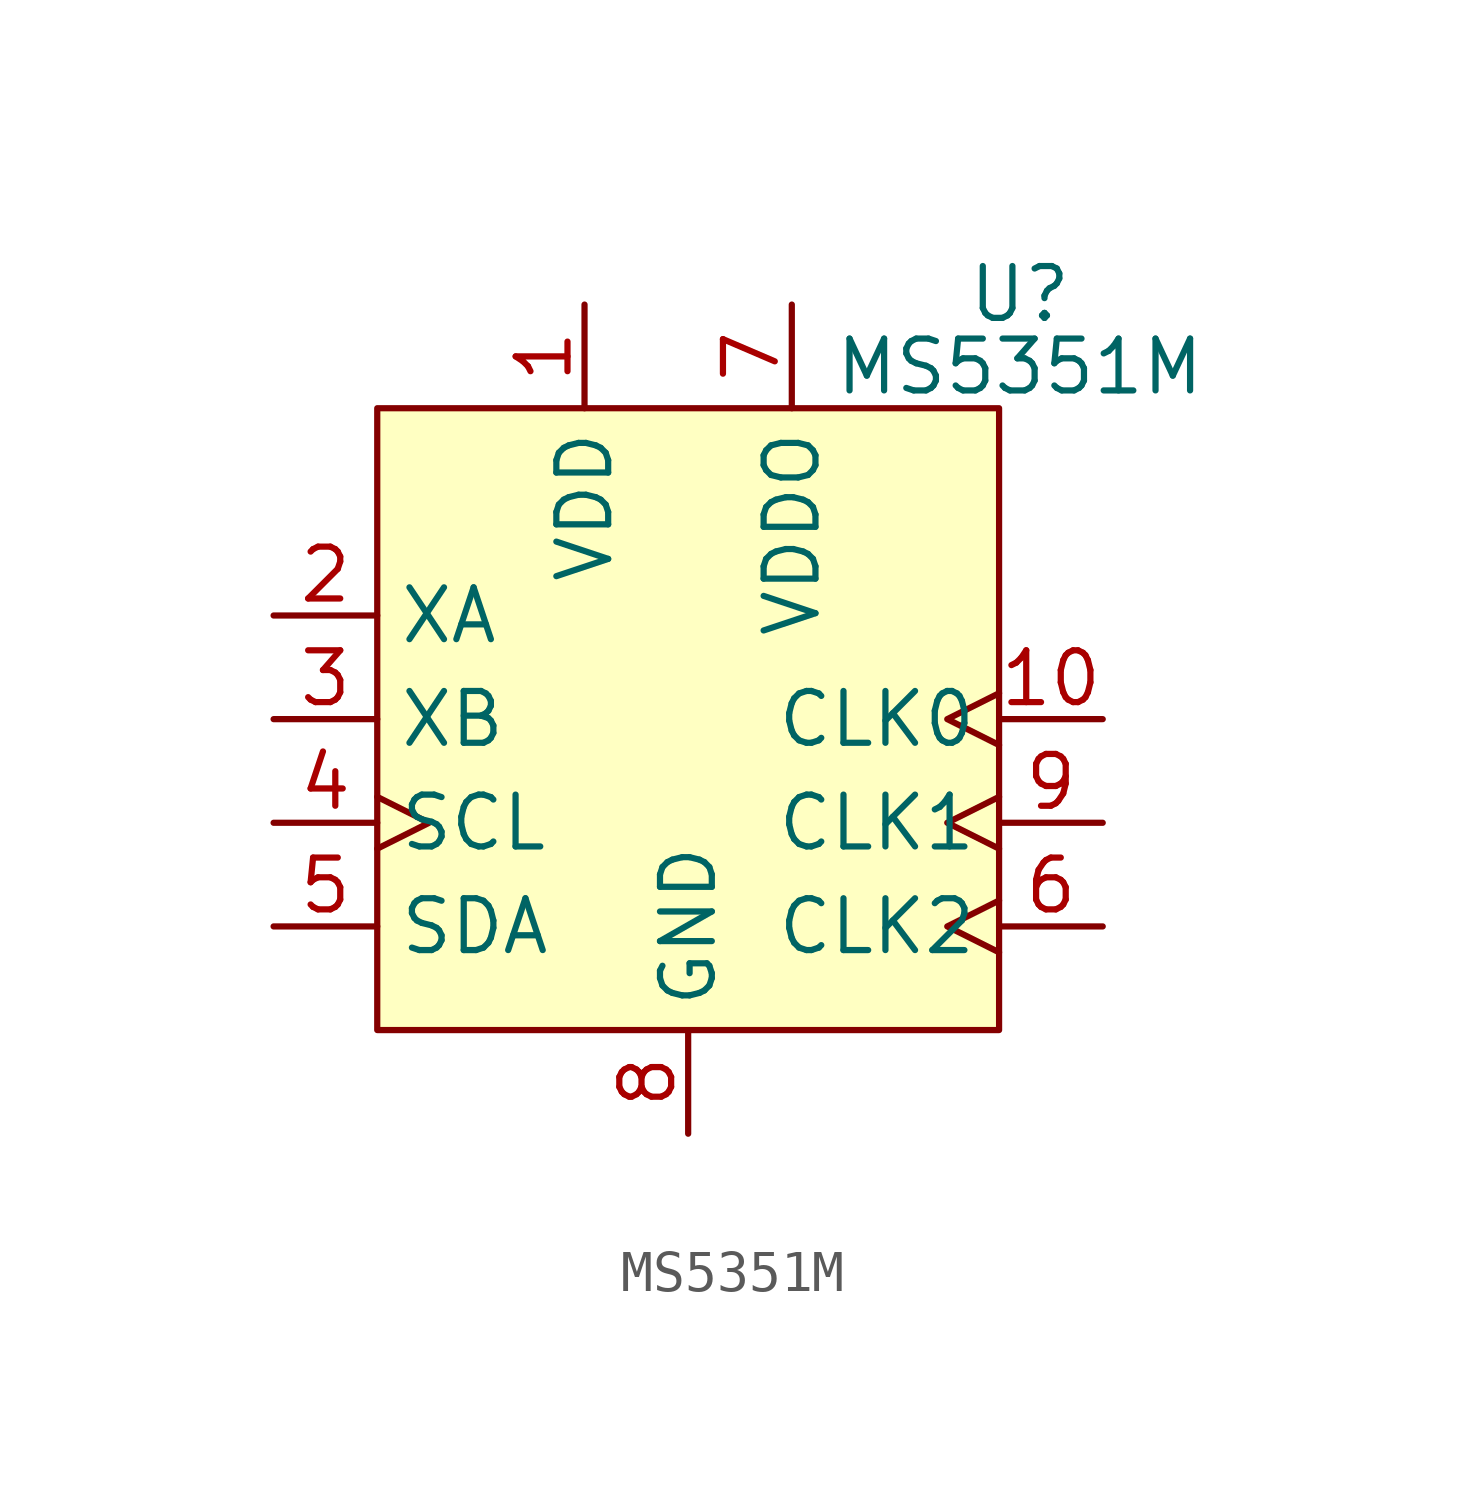
<source format=kicad_sym>
(kicad_symbol_lib
  (version 20231120)
  (generator "kicad_symbol_editor")
  (generator_version "8.0")
  (symbol "MS5351M"
    (property "Reference" "U"
      (at 8.128 10.414 0)
      (effects (font (size 1.27 1.27))))
    (property "Value" "MS5351M"
      (at 8.128 8.636 0)
      (effects (font (size 1.27 1.27))))
    (symbol "MS5351M_1_1"
      (rectangle (start -7.62 7.62) (end 7.62 -7.62) (stroke (width 0) (type default)) (fill (type background)))
      (pin passive line (at -2.54 10.16 270) (length 2.54) (name "VDD" (effects (font (size 1.27 1.27)))) (number "1" (effects (font (size 1.27 1.27)))))
      (pin output clock (at 10.16 0 180) (length 2.54) (name "CLK0" (effects (font (size 1.27 1.27)))) (number "10" (effects (font (size 1.27 1.27)))))
      (pin input line (at -10.16 2.54 0) (length 2.54) (name "XA" (effects (font (size 1.27 1.27)))) (number "2" (effects (font (size 1.27 1.27)))))
      (pin input line (at -10.16 0 0) (length 2.54) (name "XB" (effects (font (size 1.27 1.27)))) (number "3" (effects (font (size 1.27 1.27)))))
      (pin input clock (at -10.16 -2.54 0) (length 2.54) (name "SCL" (effects (font (size 1.27 1.27)))) (number "4" (effects (font (size 1.27 1.27)))))
      (pin input line (at -10.16 -5.08 0) (length 2.54) (name "SDA" (effects (font (size 1.27 1.27)))) (number "5" (effects (font (size 1.27 1.27)))))
      (pin output clock (at 10.16 -5.08 180) (length 2.54) (name "CLK2" (effects (font (size 1.27 1.27)))) (number "6" (effects (font (size 1.27 1.27)))))
      (pin passive line (at 2.54 10.16 270) (length 2.54) (name "VDDO" (effects (font (size 1.27 1.27)))) (number "7" (effects (font (size 1.27 1.27)))))
      (pin power_in line (at 0 -10.16 90) (length 2.54) (name "GND" (effects (font (size 1.27 1.27)))) (number "8" (effects (font (size 1.27 1.27)))))
      (pin output clock (at 10.16 -2.54 180) (length 2.54) (name "CLK1" (effects (font (size 1.27 1.27)))) (number "9" (effects (font (size 1.27 1.27))))))))
</source>
